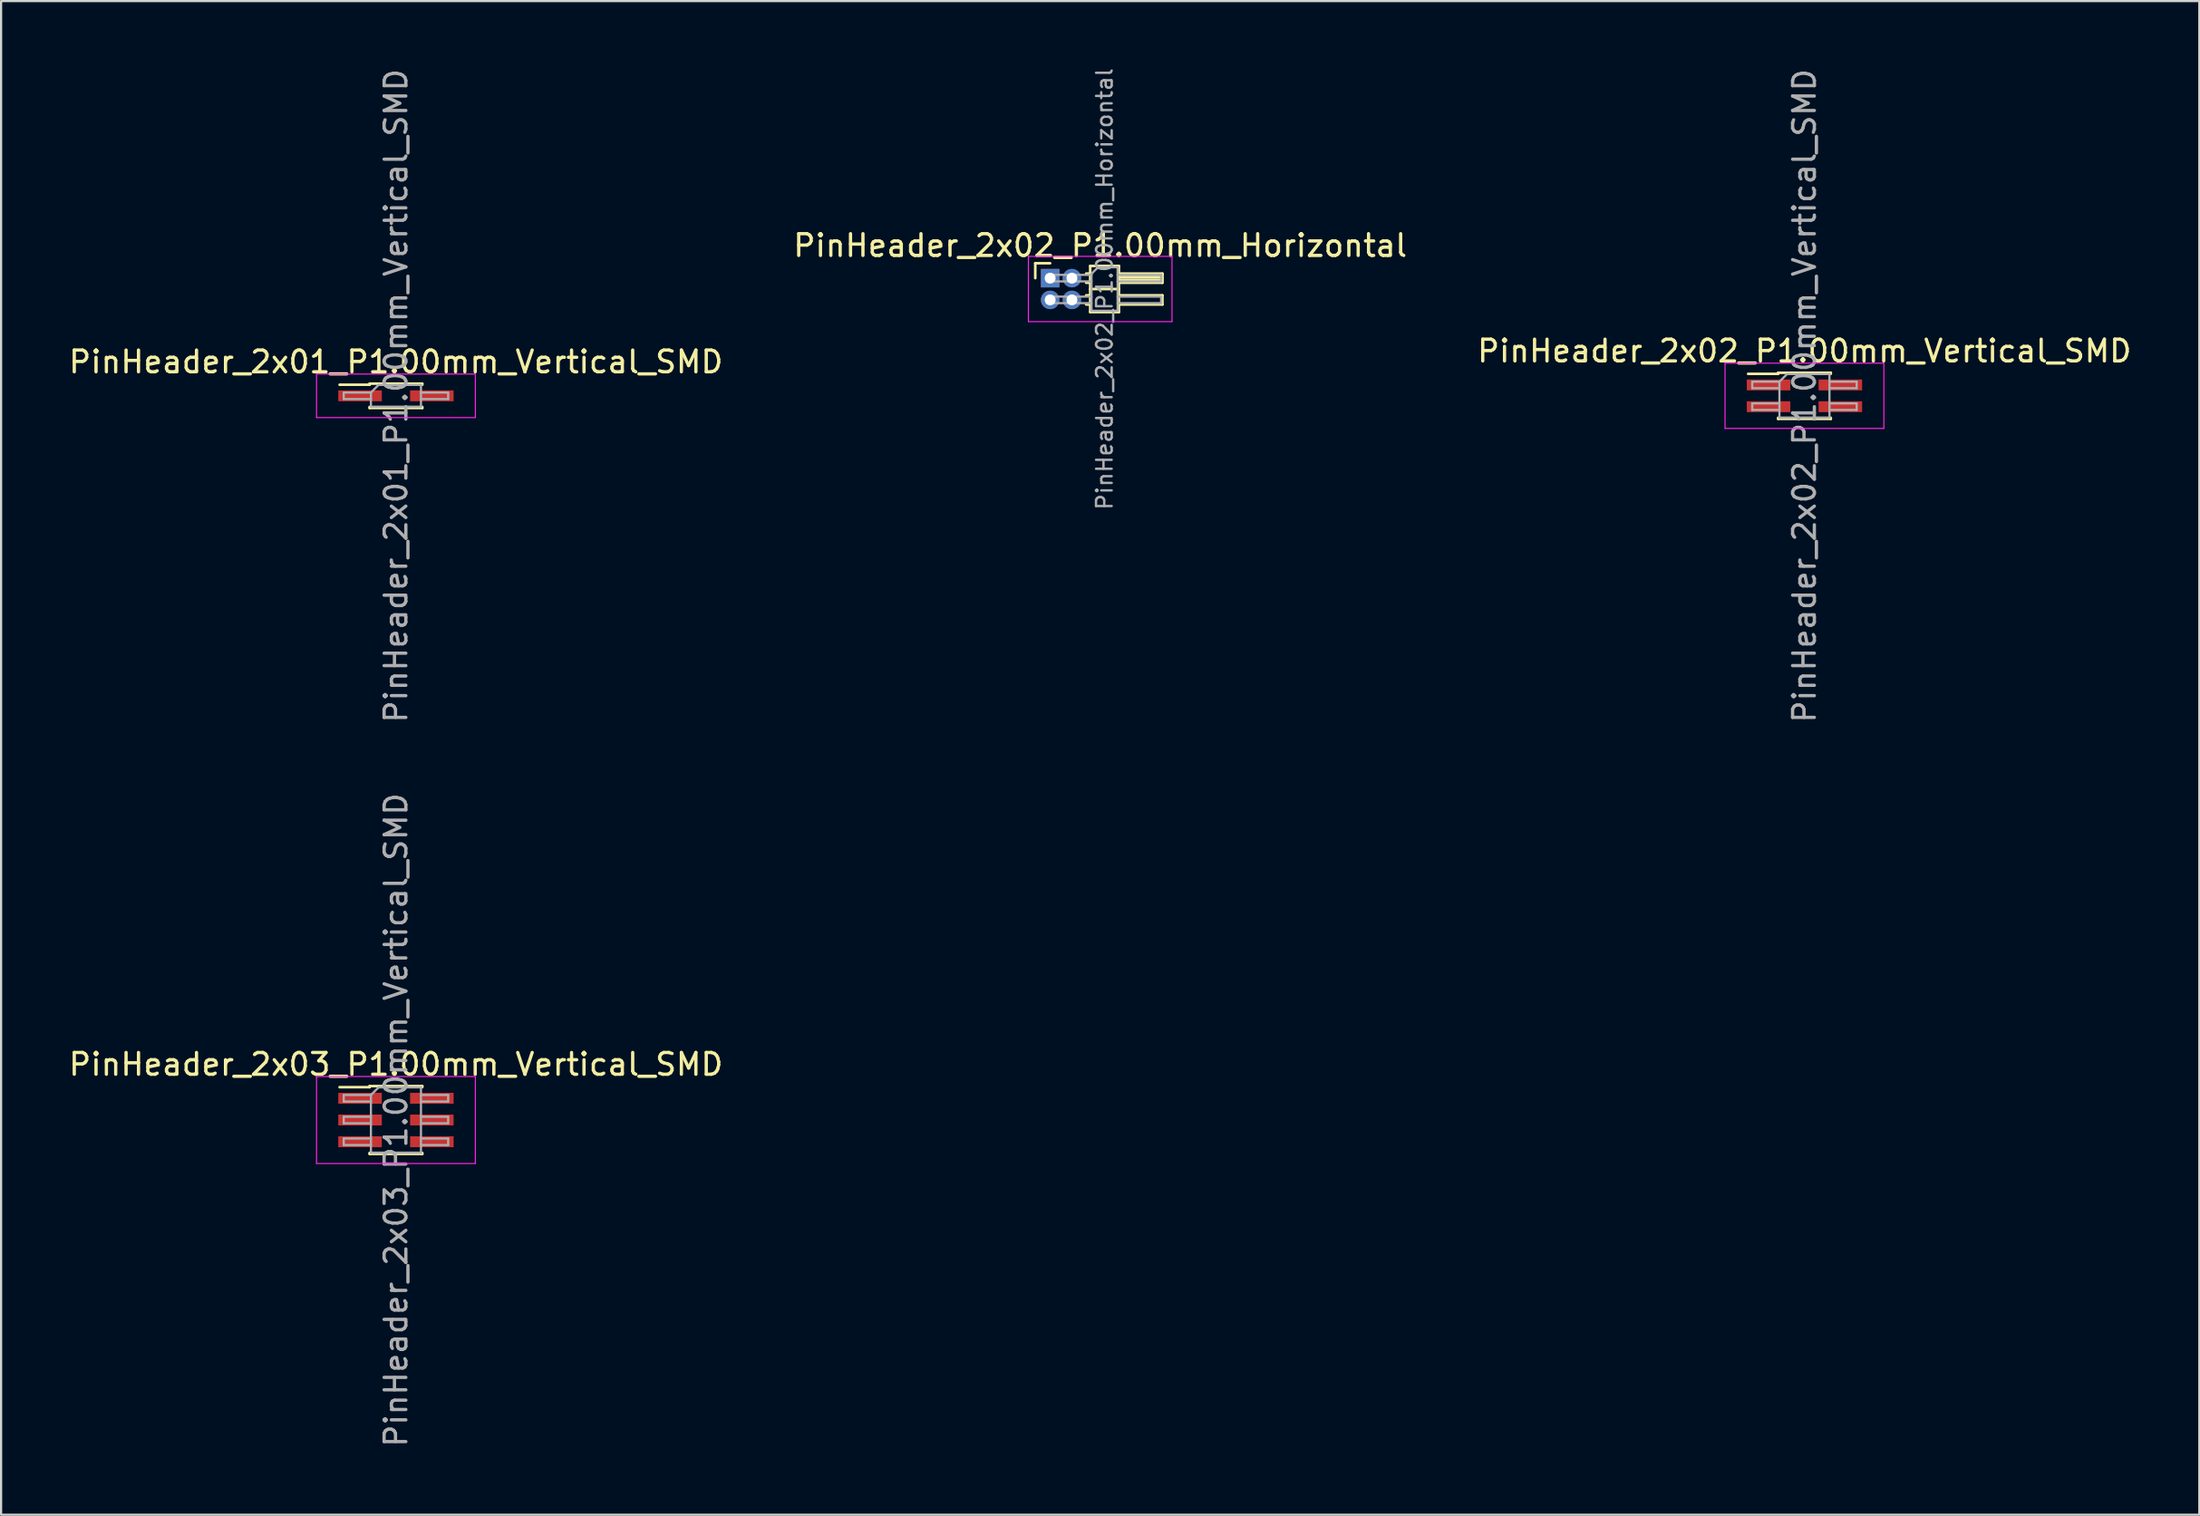
<source format=kicad_pcb>
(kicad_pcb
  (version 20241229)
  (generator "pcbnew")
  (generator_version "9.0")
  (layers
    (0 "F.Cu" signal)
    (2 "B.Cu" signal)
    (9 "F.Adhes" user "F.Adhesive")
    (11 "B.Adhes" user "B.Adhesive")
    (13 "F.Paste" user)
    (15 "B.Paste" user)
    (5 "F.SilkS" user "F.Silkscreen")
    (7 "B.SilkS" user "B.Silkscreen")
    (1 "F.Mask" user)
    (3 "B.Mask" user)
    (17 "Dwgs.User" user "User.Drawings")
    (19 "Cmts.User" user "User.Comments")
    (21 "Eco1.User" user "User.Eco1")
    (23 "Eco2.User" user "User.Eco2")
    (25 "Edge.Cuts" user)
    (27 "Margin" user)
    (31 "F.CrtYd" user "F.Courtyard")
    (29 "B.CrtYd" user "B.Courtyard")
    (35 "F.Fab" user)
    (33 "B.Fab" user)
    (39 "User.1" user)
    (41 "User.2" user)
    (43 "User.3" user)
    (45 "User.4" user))
  (footprint "PinHeader_2x02_P1.00mm_Horizontal"
    (layer "F.Cu")
    (at 45.218 9.739)
    (property "Reference" "PinHeader_2x02_P1.00mm_Horizontal" (at 2.3 -1.5 0) (layer "F.SilkS") (effects (font (size 1 1) (thickness 0.15))))
    (attr through_hole)
    (fp_line (start -0.685 -0.685) (end 0 -0.685) (stroke (width 0.12) (type solid)) (layer "F.SilkS"))
    (fp_line (start -0.685 0) (end -0.685 -0.685) (stroke (width 0.12) (type solid)) (layer "F.SilkS"))
    (fp_line (start 1.652 -0.21) (end 1.84 -0.21) (stroke (width 0.12) (type solid)) (layer "F.SilkS"))
    (fp_line (start 1.652 0.21) (end 1.84 0.21) (stroke (width 0.12) (type solid)) (layer "F.SilkS"))
    (fp_line (start 1.652 0.79) (end 1.84 0.79) (stroke (width 0.12) (type solid)) (layer "F.SilkS"))
    (fp_line (start 1.652 1.21) (end 1.84 1.21) (stroke (width 0.12) (type solid)) (layer "F.SilkS"))
    (fp_line (start 1.84 -0.56) (end 1.84 1.56) (stroke (width 0.12) (type solid)) (layer "F.SilkS"))
    (fp_line (start 1.84 0.5) (end 3.16 0.5) (stroke (width 0.12) (type solid)) (layer "F.SilkS"))
    (fp_line (start 1.84 1.56) (end 3.16 1.56) (stroke (width 0.12) (type solid)) (layer "F.SilkS"))
    (fp_line (start 3.16 -0.56) (end 1.84 -0.56) (stroke (width 0.12) (type solid)) (layer "F.SilkS"))
    (fp_line (start 3.16 -0.21) (end 5.16 -0.21) (stroke (width 0.12) (type solid)) (layer "F.SilkS"))
    (fp_line (start 3.16 -0.15) (end 5.16 -0.15) (stroke (width 0.12) (type solid)) (layer "F.SilkS"))
    (fp_line (start 3.16 -0.03) (end 5.16 -0.03) (stroke (width 0.12) (type solid)) (layer "F.SilkS"))
    (fp_line (start 3.16 0.09) (end 5.16 0.09) (stroke (width 0.12) (type solid)) (layer "F.SilkS"))
    (fp_line (start 3.16 0.79) (end 5.16 0.79) (stroke (width 0.12) (type solid)) (layer "F.SilkS"))
    (fp_line (start 3.16 1.56) (end 3.16 -0.56) (stroke (width 0.12) (type solid)) (layer "F.SilkS"))
    (fp_line (start 5.16 -0.21) (end 5.16 0.21) (stroke (width 0.12) (type solid)) (layer "F.SilkS"))
    (fp_line (start 5.16 0.21) (end 3.16 0.21) (stroke (width 0.12) (type solid)) (layer "F.SilkS"))
    (fp_line (start 5.16 0.79) (end 5.16 1.21) (stroke (width 0.12) (type solid)) (layer "F.SilkS"))
    (fp_line (start 5.16 1.21) (end 3.16 1.21) (stroke (width 0.12) (type solid)) (layer "F.SilkS"))
    (fp_line (start -1 -1) (end -1 2) (stroke (width 0.05) (type solid)) (layer "F.CrtYd"))
    (fp_line (start -1 2) (end 5.6 2) (stroke (width 0.05) (type solid)) (layer "F.CrtYd"))
    (fp_line (start 5.6 -1) (end -1 -1) (stroke (width 0.05) (type solid)) (layer "F.CrtYd"))
    (fp_line (start 5.6 2) (end 5.6 -1) (stroke (width 0.05) (type solid)) (layer "F.CrtYd"))
    (fp_line (start -0.15 -0.15) (end -0.15 0.15) (stroke (width 0.1) (type solid)) (layer "F.Fab"))
    (fp_line (start -0.15 -0.15) (end 1.9 -0.15) (stroke (width 0.1) (type solid)) (layer "F.Fab"))
    (fp_line (start -0.15 0.15) (end 1.9 0.15) (stroke (width 0.1) (type solid)) (layer "F.Fab"))
    (fp_line (start -0.15 0.85) (end -0.15 1.15) (stroke (width 0.1) (type solid)) (layer "F.Fab"))
    (fp_line (start -0.15 0.85) (end 1.9 0.85) (stroke (width 0.1) (type solid)) (layer "F.Fab"))
    (fp_line (start -0.15 1.15) (end 1.9 1.15) (stroke (width 0.1) (type solid)) (layer "F.Fab"))
    (fp_line (start 1.9 -0.2) (end 2.2 -0.5) (stroke (width 0.1) (type solid)) (layer "F.Fab"))
    (fp_line (start 1.9 1.5) (end 1.9 -0.2) (stroke (width 0.1) (type solid)) (layer "F.Fab"))
    (fp_line (start 2.2 -0.5) (end 3.1 -0.5) (stroke (width 0.1) (type solid)) (layer "F.Fab"))
    (fp_line (start 3.1 -0.5) (end 3.1 1.5) (stroke (width 0.1) (type solid)) (layer "F.Fab"))
    (fp_line (start 3.1 -0.15) (end 5.1 -0.15) (stroke (width 0.1) (type solid)) (layer "F.Fab"))
    (fp_line (start 3.1 0.15) (end 5.1 0.15) (stroke (width 0.1) (type solid)) (layer "F.Fab"))
    (fp_line (start 3.1 0.85) (end 5.1 0.85) (stroke (width 0.1) (type solid)) (layer "F.Fab"))
    (fp_line (start 3.1 1.15) (end 5.1 1.15) (stroke (width 0.1) (type solid)) (layer "F.Fab"))
    (fp_line (start 3.1 1.5) (end 1.9 1.5) (stroke (width 0.1) (type solid)) (layer "F.Fab"))
    (fp_line (start 5.1 -0.15) (end 5.1 0.15) (stroke (width 0.1) (type solid)) (layer "F.Fab"))
    (fp_line (start 5.1 0.85) (end 5.1 1.15) (stroke (width 0.1) (type solid)) (layer "F.Fab"))
    (fp_text user "${REFERENCE}" (at 2.5 0.5 90) (layer "F.Fab") (effects (font (size 0.72 0.72) (thickness 0.108))))
    (pad "1" thru_hole rect (at 0 0) (size 0.85 0.85) (drill 0.5) (layers "*.Cu" "*.Mask"))
    (pad "2" thru_hole oval (at 1 0) (size 0.85 0.85) (drill 0.5) (layers "*.Cu" "*.Mask"))
    (pad "3" thru_hole oval (at 0 1) (size 0.85 0.85) (drill 0.5) (layers "*.Cu" "*.Mask"))
    (pad "4" thru_hole oval (at 1 1) (size 0.85 0.85) (drill 0.5) (layers "*.Cu" "*.Mask")))
  (footprint "PinHeader_2x02_P1.00mm_Vertical_SMD"
    (layer "F.Cu")
    (at 79.887 15.149)
    (property "Reference" "PinHeader_2x02_P1.00mm_Vertical_SMD" (at 0 -2.06 0) (layer "F.SilkS") (effects (font (size 1 1) (thickness 0.15))))
    (attr smd)
    (fp_line (start -2.59 -1.01) (end -1.21 -1.01) (stroke (width 0.12) (type solid)) (layer "F.SilkS"))
    (fp_line (start -1.21 -1.06) (end -1.21 -1.01) (stroke (width 0.12) (type solid)) (layer "F.SilkS"))
    (fp_line (start -1.21 -1.06) (end 1.21 -1.06) (stroke (width 0.12) (type solid)) (layer "F.SilkS"))
    (fp_line (start -1.21 1.01) (end -1.21 1.06) (stroke (width 0.12) (type solid)) (layer "F.SilkS"))
    (fp_line (start -1.21 1.06) (end 1.21 1.06) (stroke (width 0.12) (type solid)) (layer "F.SilkS"))
    (fp_line (start 1.21 -1.06) (end 1.21 -1.01) (stroke (width 0.12) (type solid)) (layer "F.SilkS"))
    (fp_line (start 1.21 1.01) (end 1.21 1.06) (stroke (width 0.12) (type solid)) (layer "F.SilkS"))
    (fp_line (start -3.65 -1.5) (end -3.65 1.5) (stroke (width 0.05) (type solid)) (layer "F.CrtYd"))
    (fp_line (start -3.65 1.5) (end 3.65 1.5) (stroke (width 0.05) (type solid)) (layer "F.CrtYd"))
    (fp_line (start 3.65 -1.5) (end -3.65 -1.5) (stroke (width 0.05) (type solid)) (layer "F.CrtYd"))
    (fp_line (start 3.65 1.5) (end 3.65 -1.5) (stroke (width 0.05) (type solid)) (layer "F.CrtYd"))
    (fp_line (start -2.4 -0.65) (end -2.4 -0.35) (stroke (width 0.1) (type solid)) (layer "F.Fab"))
    (fp_line (start -2.4 -0.35) (end -1.15 -0.35) (stroke (width 0.1) (type solid)) (layer "F.Fab"))
    (fp_line (start -2.4 0.35) (end -2.4 0.65) (stroke (width 0.1) (type solid)) (layer "F.Fab"))
    (fp_line (start -2.4 0.65) (end -1.15 0.65) (stroke (width 0.1) (type solid)) (layer "F.Fab"))
    (fp_line (start -1.15 -0.65) (end -2.4 -0.65) (stroke (width 0.1) (type solid)) (layer "F.Fab"))
    (fp_line (start -1.15 -0.65) (end -0.8 -1) (stroke (width 0.1) (type solid)) (layer "F.Fab"))
    (fp_line (start -1.15 0.35) (end -2.4 0.35) (stroke (width 0.1) (type solid)) (layer "F.Fab"))
    (fp_line (start -1.15 1) (end -1.15 -0.65) (stroke (width 0.1) (type solid)) (layer "F.Fab"))
    (fp_line (start -0.8 -1) (end 1.15 -1) (stroke (width 0.1) (type solid)) (layer "F.Fab"))
    (fp_line (start 1.15 -1) (end 1.15 1) (stroke (width 0.1) (type solid)) (layer "F.Fab"))
    (fp_line (start 1.15 -0.65) (end 2.4 -0.65) (stroke (width 0.1) (type solid)) (layer "F.Fab"))
    (fp_line (start 1.15 0.35) (end 2.4 0.35) (stroke (width 0.1) (type solid)) (layer "F.Fab"))
    (fp_line (start 1.15 1) (end -1.15 1) (stroke (width 0.1) (type solid)) (layer "F.Fab"))
    (fp_line (start 2.4 -0.65) (end 2.4 -0.35) (stroke (width 0.1) (type solid)) (layer "F.Fab"))
    (fp_line (start 2.4 -0.35) (end 1.15 -0.35) (stroke (width 0.1) (type solid)) (layer "F.Fab"))
    (fp_line (start 2.4 0.35) (end 2.4 0.65) (stroke (width 0.1) (type solid)) (layer "F.Fab"))
    (fp_line (start 2.4 0.65) (end 1.15 0.65) (stroke (width 0.1) (type solid)) (layer "F.Fab"))
    (fp_text user "${REFERENCE}" (at 0 0 90) (layer "F.Fab") (effects (font (size 1 1) (thickness 0.15))))
    (pad "1" smd rect (at -1.65 -0.5) (size 2 0.5) (layers "F.Cu" "F.Mask" "F.Paste"))
    (pad "2" smd rect (at 1.65 -0.5) (size 2 0.5) (layers "F.Cu" "F.Mask" "F.Paste"))
    (pad "3" smd rect (at -1.65 0.5) (size 2 0.5) (layers "F.Cu" "F.Mask" "F.Paste"))
    (pad "4" smd rect (at 1.65 0.5) (size 2 0.5) (layers "F.Cu" "F.Mask" "F.Paste")))
  (footprint "PinHeader_2x03_P1.00mm_Vertical_SMD"
    (layer "F.Cu")
    (at 15.149 48.446)
    (property "Reference" "PinHeader_2x03_P1.00mm_Vertical_SMD" (at 0 -2.56 0) (layer "F.SilkS") (effects (font (size 1 1) (thickness 0.15))))
    (attr smd)
    (fp_line (start -2.59 -1.51) (end -1.21 -1.51) (stroke (width 0.12) (type solid)) (layer "F.SilkS"))
    (fp_line (start -1.21 -1.56) (end -1.21 -1.51) (stroke (width 0.12) (type solid)) (layer "F.SilkS"))
    (fp_line (start -1.21 -1.56) (end 1.21 -1.56) (stroke (width 0.12) (type solid)) (layer "F.SilkS"))
    (fp_line (start -1.21 1.51) (end -1.21 1.56) (stroke (width 0.12) (type solid)) (layer "F.SilkS"))
    (fp_line (start -1.21 1.56) (end 1.21 1.56) (stroke (width 0.12) (type solid)) (layer "F.SilkS"))
    (fp_line (start 1.21 -1.56) (end 1.21 -1.51) (stroke (width 0.12) (type solid)) (layer "F.SilkS"))
    (fp_line (start 1.21 1.51) (end 1.21 1.56) (stroke (width 0.12) (type solid)) (layer "F.SilkS"))
    (fp_line (start -3.65 -2) (end -3.65 2) (stroke (width 0.05) (type solid)) (layer "F.CrtYd"))
    (fp_line (start -3.65 2) (end 3.65 2) (stroke (width 0.05) (type solid)) (layer "F.CrtYd"))
    (fp_line (start 3.65 -2) (end -3.65 -2) (stroke (width 0.05) (type solid)) (layer "F.CrtYd"))
    (fp_line (start 3.65 2) (end 3.65 -2) (stroke (width 0.05) (type solid)) (layer "F.CrtYd"))
    (fp_line (start -2.4 -1.15) (end -2.4 -0.85) (stroke (width 0.1) (type solid)) (layer "F.Fab"))
    (fp_line (start -2.4 -0.85) (end -1.15 -0.85) (stroke (width 0.1) (type solid)) (layer "F.Fab"))
    (fp_line (start -2.4 -0.15) (end -2.4 0.15) (stroke (width 0.1) (type solid)) (layer "F.Fab"))
    (fp_line (start -2.4 0.15) (end -1.15 0.15) (stroke (width 0.1) (type solid)) (layer "F.Fab"))
    (fp_line (start -2.4 0.85) (end -2.4 1.15) (stroke (width 0.1) (type solid)) (layer "F.Fab"))
    (fp_line (start -2.4 1.15) (end -1.15 1.15) (stroke (width 0.1) (type solid)) (layer "F.Fab"))
    (fp_line (start -1.15 -1.15) (end -2.4 -1.15) (stroke (width 0.1) (type solid)) (layer "F.Fab"))
    (fp_line (start -1.15 -1.15) (end -0.8 -1.5) (stroke (width 0.1) (type solid)) (layer "F.Fab"))
    (fp_line (start -1.15 -0.15) (end -2.4 -0.15) (stroke (width 0.1) (type solid)) (layer "F.Fab"))
    (fp_line (start -1.15 0.85) (end -2.4 0.85) (stroke (width 0.1) (type solid)) (layer "F.Fab"))
    (fp_line (start -1.15 1.5) (end -1.15 -1.15) (stroke (width 0.1) (type solid)) (layer "F.Fab"))
    (fp_line (start -0.8 -1.5) (end 1.15 -1.5) (stroke (width 0.1) (type solid)) (layer "F.Fab"))
    (fp_line (start 1.15 -1.5) (end 1.15 1.5) (stroke (width 0.1) (type solid)) (layer "F.Fab"))
    (fp_line (start 1.15 -1.15) (end 2.4 -1.15) (stroke (width 0.1) (type solid)) (layer "F.Fab"))
    (fp_line (start 1.15 -0.15) (end 2.4 -0.15) (stroke (width 0.1) (type solid)) (layer "F.Fab"))
    (fp_line (start 1.15 0.85) (end 2.4 0.85) (stroke (width 0.1) (type solid)) (layer "F.Fab"))
    (fp_line (start 1.15 1.5) (end -1.15 1.5) (stroke (width 0.1) (type solid)) (layer "F.Fab"))
    (fp_line (start 2.4 -1.15) (end 2.4 -0.85) (stroke (width 0.1) (type solid)) (layer "F.Fab"))
    (fp_line (start 2.4 -0.85) (end 1.15 -0.85) (stroke (width 0.1) (type solid)) (layer "F.Fab"))
    (fp_line (start 2.4 -0.15) (end 2.4 0.15) (stroke (width 0.1) (type solid)) (layer "F.Fab"))
    (fp_line (start 2.4 0.15) (end 1.15 0.15) (stroke (width 0.1) (type solid)) (layer "F.Fab"))
    (fp_line (start 2.4 0.85) (end 2.4 1.15) (stroke (width 0.1) (type solid)) (layer "F.Fab"))
    (fp_line (start 2.4 1.15) (end 1.15 1.15) (stroke (width 0.1) (type solid)) (layer "F.Fab"))
    (fp_text user "${REFERENCE}" (at 0 0 90) (layer "F.Fab") (effects (font (size 1 1) (thickness 0.15))))
    (pad "1" smd rect (at -1.65 -1) (size 2 0.5) (layers "F.Cu" "F.Mask" "F.Paste"))
    (pad "2" smd rect (at 1.65 -1) (size 2 0.5) (layers "F.Cu" "F.Mask" "F.Paste"))
    (pad "3" smd rect (at -1.65 0) (size 2 0.5) (layers "F.Cu" "F.Mask" "F.Paste"))
    (pad "4" smd rect (at 1.65 0) (size 2 0.5) (layers "F.Cu" "F.Mask" "F.Paste"))
    (pad "5" smd rect (at -1.65 1) (size 2 0.5) (layers "F.Cu" "F.Mask" "F.Paste"))
    (pad "6" smd rect (at 1.65 1) (size 2 0.5) (layers "F.Cu" "F.Mask" "F.Paste")))
  (footprint "PinHeader_2x01_P1.00mm_Vertical_SMD"
    (layer "F.Cu")
    (at 15.149 15.149)
    (property "Reference" "PinHeader_2x01_P1.00mm_Vertical_SMD" (at 0 -1.56 0) (layer "F.SilkS") (effects (font (size 1 1) (thickness 0.15))))
    (attr smd)
    (fp_line (start -2.59 -0.51) (end -1.21 -0.51) (stroke (width 0.12) (type solid)) (layer "F.SilkS"))
    (fp_line (start -1.21 -0.56) (end -1.21 -0.51) (stroke (width 0.12) (type solid)) (layer "F.SilkS"))
    (fp_line (start -1.21 -0.56) (end 1.21 -0.56) (stroke (width 0.12) (type solid)) (layer "F.SilkS"))
    (fp_line (start -1.21 0.51) (end -1.21 0.56) (stroke (width 0.12) (type solid)) (layer "F.SilkS"))
    (fp_line (start -1.21 0.56) (end 1.21 0.56) (stroke (width 0.12) (type solid)) (layer "F.SilkS"))
    (fp_line (start 1.21 -0.56) (end 1.21 -0.51) (stroke (width 0.12) (type solid)) (layer "F.SilkS"))
    (fp_line (start 1.21 0.51) (end 1.21 0.56) (stroke (width 0.12) (type solid)) (layer "F.SilkS"))
    (fp_line (start -3.65 -1) (end -3.65 1) (stroke (width 0.05) (type solid)) (layer "F.CrtYd"))
    (fp_line (start -3.65 1) (end 3.65 1) (stroke (width 0.05) (type solid)) (layer "F.CrtYd"))
    (fp_line (start 3.65 -1) (end -3.65 -1) (stroke (width 0.05) (type solid)) (layer "F.CrtYd"))
    (fp_line (start 3.65 1) (end 3.65 -1) (stroke (width 0.05) (type solid)) (layer "F.CrtYd"))
    (fp_line (start -2.4 -0.15) (end -2.4 0.15) (stroke (width 0.1) (type solid)) (layer "F.Fab"))
    (fp_line (start -2.4 0.15) (end -1.15 0.15) (stroke (width 0.1) (type solid)) (layer "F.Fab"))
    (fp_line (start -1.15 -0.15) (end -2.4 -0.15) (stroke (width 0.1) (type solid)) (layer "F.Fab"))
    (fp_line (start -1.15 -0.15) (end -0.8 -0.5) (stroke (width 0.1) (type solid)) (layer "F.Fab"))
    (fp_line (start -1.15 0.5) (end -1.15 -0.15) (stroke (width 0.1) (type solid)) (layer "F.Fab"))
    (fp_line (start -0.8 -0.5) (end 1.15 -0.5) (stroke (width 0.1) (type solid)) (layer "F.Fab"))
    (fp_line (start 1.15 -0.5) (end 1.15 0.5) (stroke (width 0.1) (type solid)) (layer "F.Fab"))
    (fp_line (start 1.15 -0.15) (end 2.4 -0.15) (stroke (width 0.1) (type solid)) (layer "F.Fab"))
    (fp_line (start 1.15 0.5) (end -1.15 0.5) (stroke (width 0.1) (type solid)) (layer "F.Fab"))
    (fp_line (start 2.4 -0.15) (end 2.4 0.15) (stroke (width 0.1) (type solid)) (layer "F.Fab"))
    (fp_line (start 2.4 0.15) (end 1.15 0.15) (stroke (width 0.1) (type solid)) (layer "F.Fab"))
    (fp_text user "${REFERENCE}" (at 0 0 90) (layer "F.Fab") (effects (font (size 1 1) (thickness 0.15))))
    (pad "1" smd rect (at -1.65 0) (size 2 0.5) (layers "F.Cu" "F.Mask" "F.Paste"))
    (pad "2" smd rect (at 1.65 0) (size 2 0.5) (layers "F.Cu" "F.Mask" "F.Paste")))
  (gr_rect
    (start -3 -3)
    (end 98.036 66.595)
    (stroke (width 0.1) (type default))
    (fill no)
    (layer "Edge.Cuts")))
</source>
